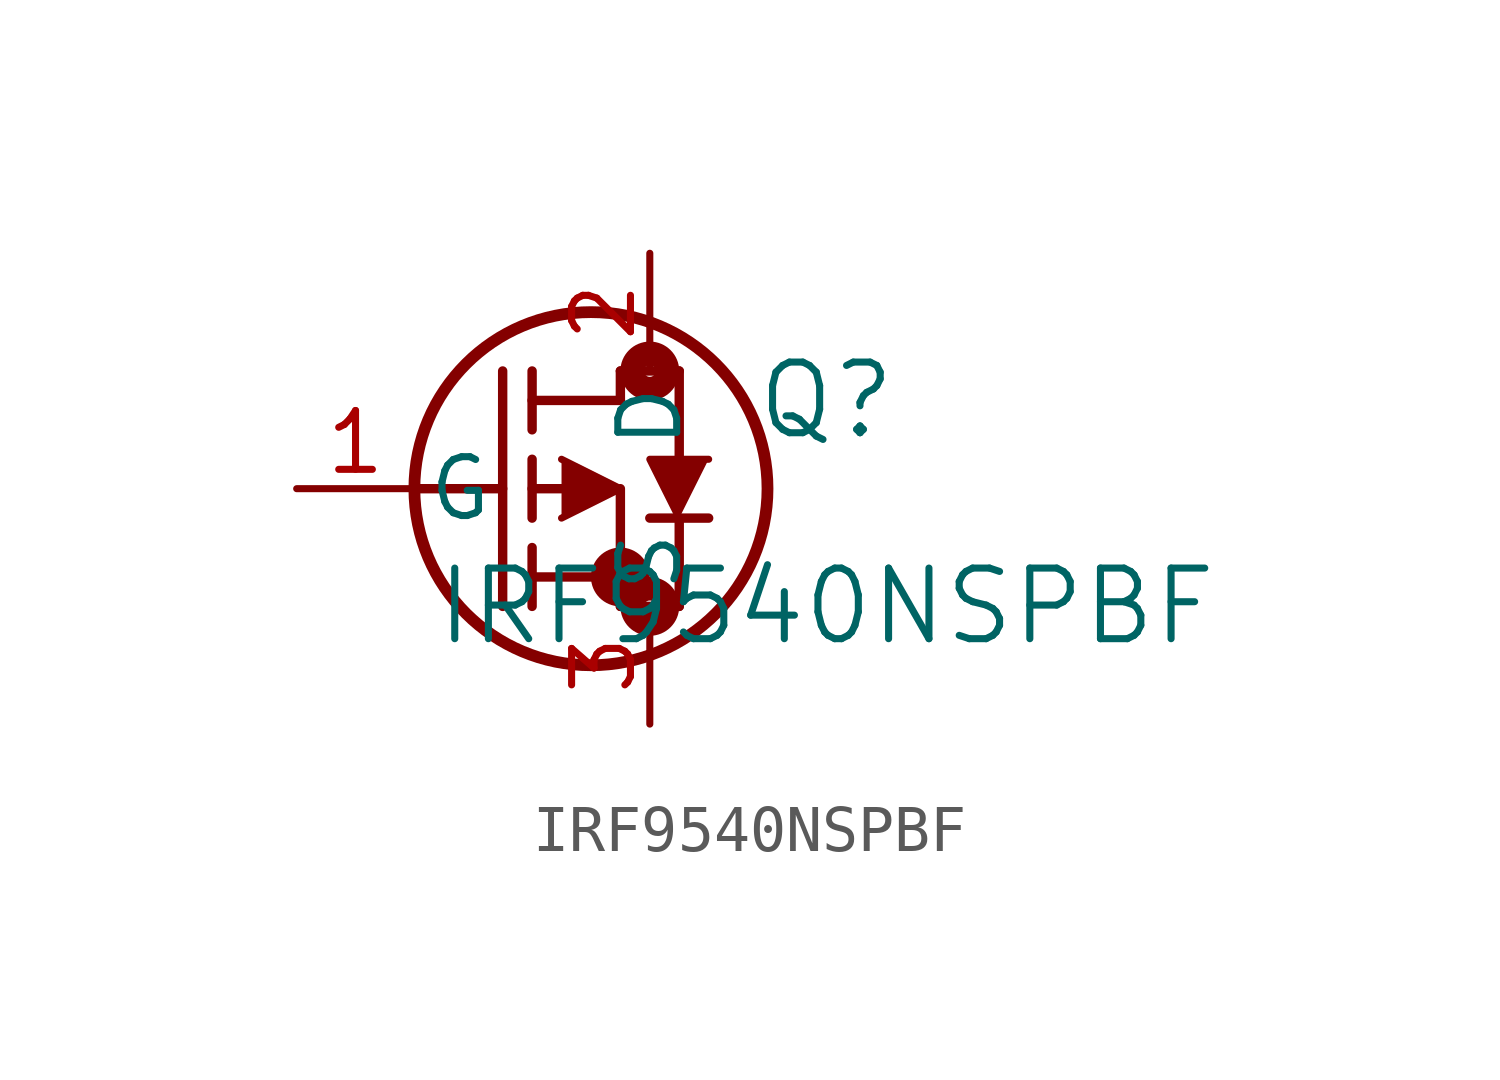
<source format=kicad_sym>
(kicad_symbol_lib
  (version 20211014)
  (generator kicad_symbol_editor)
  (symbol "IRF9540NSPBF"
    (pin_names
      (offset 0.254))
    (property "Reference" "Q"
      (at 11.43 1.905 0)
      (effects (font (size 1.524 1.524))))
    (property "Value" "IRF9540NSPBF"
      (at 11.43 -2.54 0)
      (effects (font (size 1.524 1.524))))
    (symbol "IRF9540NSPBF_0_1"
      (circle (center 7.62 2.54) (radius 0.127) (stroke (width 0.508) (type default) (color 0 0 0 0)) (fill (type none)))
      (circle (center 7.62 -2.54) (radius 0.127) (stroke (width 0.508) (type default) (color 0 0 0 0)) (fill (type none)))
      (circle (center 6.985 -1.905) (radius 0.127) (stroke (width 0.508) (type default) (color 0 0 0 0)) (fill (type none)))
      (circle (center 6.35 0) (radius 3.81) (stroke (width 0.254) (type default) (color 0 0 0 0)) (fill (type none)))
      (polyline (pts (xy 2.54 0) (xy 4.445 0)) (stroke (width 0.203) (type default) (color 0 0 0 0)) (fill (type none)))
      (polyline (pts (xy 4.445 -2.54) (xy 4.445 2.54)) (stroke (width 0.203) (type default) (color 0 0 0 0)) (fill (type none)))
      (polyline (pts (xy 5.08 -0.635) (xy 5.08 0.635)) (stroke (width 0.203) (type default) (color 0 0 0 0)) (fill (type none)))
      (polyline (pts (xy 5.08 -2.54) (xy 5.08 -1.27)) (stroke (width 0.203) (type default) (color 0 0 0 0)) (fill (type none)))
      (polyline (pts (xy 5.08 1.27) (xy 5.08 2.54)) (stroke (width 0.203) (type default) (color 0 0 0 0)) (fill (type none)))
      (polyline (pts (xy 5.08 0) (xy 5.715 0)) (stroke (width 0.203) (type default) (color 0 0 0 0)) (fill (type none)))
      (polyline (pts (xy 5.08 -1.905) (xy 7.112 -1.905)) (stroke (width 0.203) (type default) (color 0 0 0 0)) (fill (type none)))
      (polyline (pts (xy 6.985 -2.54) (xy 6.985 0)) (stroke (width 0.203) (type default) (color 0 0 0 0)) (fill (type none)))
      (polyline (pts (xy 6.985 -2.54) (xy 8.255 -2.54)) (stroke (width 0.203) (type default) (color 0 0 0 0)) (fill (type none)))
      (polyline (pts (xy 5.08 1.905) (xy 6.985 1.905)) (stroke (width 0.203) (type default) (color 0 0 0 0)) (fill (type none)))
      (polyline (pts (xy 8.255 -2.54) (xy 8.255 -0.635)) (stroke (width 0.203) (type default) (color 0 0 0 0)) (fill (type none)))
      (polyline (pts (xy 5.715 0.635) (xy 6.985 0) (xy 5.715 -0.635)) (stroke (width 0) (type default) (color 0 0 0 0)) (fill (type outline)))
      (polyline (pts (xy 8.89 -0.635) (xy 7.62 -0.635)) (stroke (width 0.203) (type default) (color 0 0 0 0)) (fill (type none)))
      (polyline (pts (xy 8.89 0.635) (xy 7.62 0.635) (xy 8.255 -0.635)) (stroke (width 0) (type default) (color 0 0 0 0)) (fill (type outline)))
      (polyline (pts (xy 6.985 2.54) (xy 8.255 2.54)) (stroke (width 0.203) (type default) (color 0 0 0 0)) (fill (type none)))
      (polyline (pts (xy 6.985 1.905) (xy 6.985 2.54)) (stroke (width 0.203) (type default) (color 0 0 0 0)) (fill (type none)))
      (polyline (pts (xy 8.255 0.635) (xy 8.255 2.54)) (stroke (width 0.203) (type default) (color 0 0 0 0)) (fill (type none)))
      (pin unspecified line (at 0 0 0) (length 2.54) (name "G" (effects (font (size 1.27 1.27)))) (number "1" (effects (font (size 1.27 1.27)))))
      (pin unspecified line (at 7.62 5.08 270) (length 2.54) (name "D" (effects (font (size 1.27 1.27)))) (number "2" (effects (font (size 1.27 1.27)))))
      (pin unspecified line (at 7.62 -5.08 90) (length 2.54) (name "S" (effects (font (size 1.27 1.27)))) (number "3" (effects (font (size 1.27 1.27))))))))
</source>
